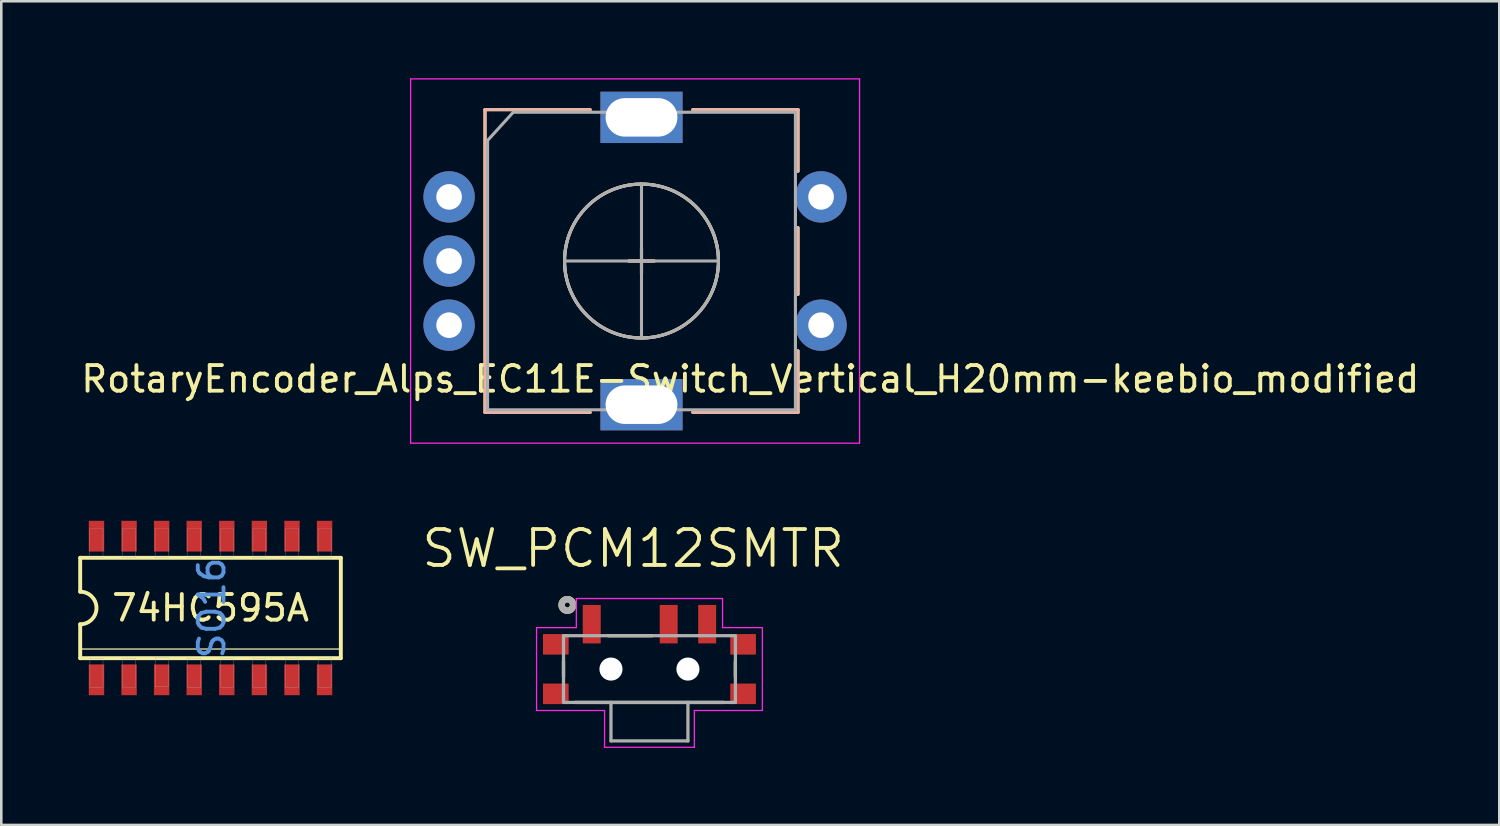
<source format=kicad_pcb>
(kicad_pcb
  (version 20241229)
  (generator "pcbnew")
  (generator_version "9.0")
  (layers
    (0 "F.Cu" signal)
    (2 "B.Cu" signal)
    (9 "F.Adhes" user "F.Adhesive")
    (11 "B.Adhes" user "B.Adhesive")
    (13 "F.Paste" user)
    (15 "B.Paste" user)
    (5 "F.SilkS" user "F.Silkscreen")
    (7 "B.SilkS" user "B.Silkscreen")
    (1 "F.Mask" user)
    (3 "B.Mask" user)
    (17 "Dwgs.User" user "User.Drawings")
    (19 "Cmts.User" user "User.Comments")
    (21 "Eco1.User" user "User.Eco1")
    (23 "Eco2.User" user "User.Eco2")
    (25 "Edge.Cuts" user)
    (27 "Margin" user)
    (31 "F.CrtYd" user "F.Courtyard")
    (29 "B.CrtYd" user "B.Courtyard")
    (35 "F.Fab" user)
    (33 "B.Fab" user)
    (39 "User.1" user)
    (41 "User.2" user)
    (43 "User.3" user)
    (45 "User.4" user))
  (footprint "RotaryEncoder_Alps_EC11E-Switch_Vertical_H20mm-keebio_modified"
    (layer "F.Cu")
    (at 21.956 7.125)
    (property "Reference" "RotaryEncoder_Alps_EC11E-Switch_Vertical_H20mm-keebio_modified" (at 4.24 4.6 0) (layer "F.SilkS") (effects (font (size 1 1) (thickness 0.15))))
    (attr through_hole)
    (fp_line (start -6.1 -5.9) (end -6.1 5.9) (stroke (width 0.12) (type solid)) (layer "F.SilkS"))
    (fp_line (start -2 -5.9) (end -6.1 -5.9) (stroke (width 0.12) (type solid)) (layer "F.SilkS"))
    (fp_line (start -2 5.9) (end -6.1 5.9) (stroke (width 0.12) (type solid)) (layer "F.SilkS"))
    (fp_line (start -0.5 0) (end 0.5 0) (stroke (width 0.12) (type solid)) (layer "F.SilkS"))
    (fp_line (start 0 -0.5) (end 0 0.5) (stroke (width 0.12) (type solid)) (layer "F.SilkS"))
    (fp_line (start 2 -5.9) (end 6.1 -5.9) (stroke (width 0.12) (type solid)) (layer "F.SilkS"))
    (fp_line (start 6.1 -5.9) (end 6.1 -3.5) (stroke (width 0.12) (type solid)) (layer "F.SilkS"))
    (fp_line (start 6.1 -1.3) (end 6.1 1.3) (stroke (width 0.12) (type solid)) (layer "F.SilkS"))
    (fp_line (start 6.1 3.5) (end 6.1 5.9) (stroke (width 0.12) (type solid)) (layer "F.SilkS"))
    (fp_line (start 6.1 5.9) (end 2 5.9) (stroke (width 0.12) (type solid)) (layer "F.SilkS"))
    (fp_circle (center 0 0) (end 3 0) (stroke (width 0.12) (type solid)) (fill no) (layer "F.SilkS"))
    (fp_line (start -6.1 -5.9) (end -6.1 5.9) (stroke (width 0.12) (type solid)) (layer "B.SilkS"))
    (fp_line (start -2 -5.9) (end -6.1 -5.9) (stroke (width 0.12) (type solid)) (layer "B.SilkS"))
    (fp_line (start -2 5.9) (end -6.1 5.9) (stroke (width 0.12) (type solid)) (layer "B.SilkS"))
    (fp_line (start -0.5 0) (end 0.5 0) (stroke (width 0.12) (type solid)) (layer "B.SilkS"))
    (fp_line (start 0 -0.5) (end 0 0.5) (stroke (width 0.12) (type solid)) (layer "B.SilkS"))
    (fp_line (start 2 -5.9) (end 6.1 -5.9) (stroke (width 0.12) (type solid)) (layer "B.SilkS"))
    (fp_line (start 6.1 -5.9) (end 6.1 -3.5) (stroke (width 0.12) (type solid)) (layer "B.SilkS"))
    (fp_line (start 6.1 -1.3) (end 6.1 1.3) (stroke (width 0.12) (type solid)) (layer "B.SilkS"))
    (fp_line (start 6.1 3.5) (end 6.1 5.9) (stroke (width 0.12) (type solid)) (layer "B.SilkS"))
    (fp_line (start 6.1 5.9) (end 2 5.9) (stroke (width 0.12) (type solid)) (layer "B.SilkS"))
    (fp_circle (center 0 0) (end 3 0) (stroke (width 0.12) (type solid)) (fill no) (layer "B.SilkS"))
    (fp_line (start -9 -7.1) (end -9 7.1) (stroke (width 0.05) (type solid)) (layer "F.CrtYd"))
    (fp_line (start -9 -7.1) (end 8.5 -7.1) (stroke (width 0.05) (type solid)) (layer "F.CrtYd"))
    (fp_line (start 8.5 7.1) (end -9 7.1) (stroke (width 0.05) (type solid)) (layer "F.CrtYd"))
    (fp_line (start 8.5 7.1) (end 8.5 -7.1) (stroke (width 0.05) (type solid)) (layer "F.CrtYd"))
    (fp_line (start -6 -4.7) (end -5 -5.8) (stroke (width 0.12) (type solid)) (layer "F.Fab"))
    (fp_line (start -6 5.8) (end -6 -4.7) (stroke (width 0.12) (type solid)) (layer "F.Fab"))
    (fp_line (start -5 -5.8) (end 6 -5.8) (stroke (width 0.12) (type solid)) (layer "F.Fab"))
    (fp_line (start -3 0) (end 3 0) (stroke (width 0.12) (type solid)) (layer "F.Fab"))
    (fp_line (start 0 -3) (end 0 3) (stroke (width 0.12) (type solid)) (layer "F.Fab"))
    (fp_line (start 6 -5.8) (end 6 5.8) (stroke (width 0.12) (type solid)) (layer "F.Fab"))
    (fp_line (start 6 5.8) (end -6 5.8) (stroke (width 0.12) (type solid)) (layer "F.Fab"))
    (fp_circle (center 0 0) (end 3 0) (stroke (width 0.12) (type solid)) (fill no) (layer "F.Fab"))
    (pad "A" thru_hole circle (at -7.5 -2.5) (size 2 2) (drill 1) (layers "*.Cu" "*.Mask"))
    (pad "B" thru_hole circle (at -7.5 2.5) (size 2 2) (drill 1) (layers "*.Cu" "*.Mask"))
    (pad "C" thru_hole circle (at -7.5 0) (size 2 2) (drill 1) (layers "*.Cu" "*.Mask"))
    (pad "MP" thru_hole rect (at 0 -5.6) (size 3.2 2) (drill oval 2.8 1.5) (layers "*.Cu" "*.Mask"))
    (pad "MP" thru_hole rect (at 0 5.6) (size 3.2 2) (drill oval 2.8 1.5) (layers "*.Cu" "*.Mask"))
    (pad "S1" thru_hole circle (at 7 2.5) (size 2 2) (drill 1) (layers "*.Cu" "*.Mask"))
    (pad "S2" thru_hole circle (at 7 -2.5) (size 2 2) (drill 1) (layers "*.Cu" "*.Mask")))
  (footprint "SO16"
    (layer "F.Cu")
    (at 5.156 20.65)
    (property "Reference" "SO16" (at 0.05 0 270) (layer "Cmts.User") (effects (font (size 1.002 1.002) (thickness 0.15))))
    (attr smd)
    (fp_line (start -5.08 -0.635) (end -5.08 -1.956) (stroke (width 0.152) (type solid)) (layer "F.SilkS"))
    (fp_line (start -5.08 1.6) (end 5.08 1.6) (stroke (width 0.051) (type solid)) (layer "F.SilkS"))
    (fp_line (start -5.08 1.956) (end -5.08 0.635) (stroke (width 0.152) (type solid)) (layer "F.SilkS"))
    (fp_line (start -5.08 1.956) (end 5.08 1.956) (stroke (width 0.152) (type solid)) (layer "F.SilkS"))
    (fp_line (start 5.08 -1.956) (end -5.08 -1.956) (stroke (width 0.152) (type solid)) (layer "F.SilkS"))
    (fp_line (start 5.08 1.956) (end 5.08 -1.956) (stroke (width 0.152) (type solid)) (layer "F.SilkS"))
    (fp_arc (start -5.08 -0.635) (mid -4.445 0) (end -5.08 0.635) (stroke (width 0.1524) (type solid)) (layer "F.SilkS"))
    (fp_poly (pts (xy -4.703 -3.099) (xy -4.191 -3.099) (xy -4.191 -1.958) (xy -4.703 -1.958)) (stroke (width 0.01) (type solid)) (fill no) (layer "F.Fab"))
    (fp_poly (pts (xy -4.7 1.956) (xy -4.191 1.956) (xy -4.191 3.1) (xy -4.7 3.1)) (stroke (width 0.01) (type solid)) (fill no) (layer "F.Fab"))
    (fp_poly (pts (xy -3.431 -3.099) (xy -2.921 -3.099) (xy -2.921 -1.957) (xy -3.431 -1.957)) (stroke (width 0.01) (type solid)) (fill no) (layer "F.Fab"))
    (fp_poly (pts (xy -3.429 1.956) (xy -2.921 1.956) (xy -2.921 3.099) (xy -3.429 3.099)) (stroke (width 0.01) (type solid)) (fill no) (layer "F.Fab"))
    (fp_poly (pts (xy -2.16 -3.099) (xy -1.651 -3.099) (xy -1.651 -1.957) (xy -2.16 -1.957)) (stroke (width 0.01) (type solid)) (fill no) (layer "F.Fab"))
    (fp_poly (pts (xy -2.159 1.93) (xy -1.651 1.93) (xy -1.651 3.074) (xy -2.159 3.074)) (stroke (width 0.01) (type solid)) (fill no) (layer "F.Fab"))
    (fp_poly (pts (xy -0.891 1.956) (xy -0.381 1.956) (xy -0.381 3.105) (xy -0.891 3.105)) (stroke (width 0.01) (type solid)) (fill no) (layer "F.Fab"))
    (fp_poly (pts (xy -0.89 -3.099) (xy -0.381 -3.099) (xy -0.381 -1.959) (xy -0.89 -1.959)) (stroke (width 0.01) (type solid)) (fill no) (layer "F.Fab"))
    (fp_poly (pts (xy 0.381 -3.099) (xy 0.889 -3.099) (xy 0.889 -1.956) (xy 0.381 -1.956)) (stroke (width 0.01) (type solid)) (fill no) (layer "F.Fab"))
    (fp_poly (pts (xy 0.381 1.956) (xy 0.889 1.956) (xy 0.889 3.1) (xy 0.381 3.1)) (stroke (width 0.01) (type solid)) (fill no) (layer "F.Fab"))
    (fp_poly (pts (xy 1.652 1.956) (xy 2.159 1.956) (xy 2.159 3.101) (xy 1.652 3.101)) (stroke (width 0.01) (type solid)) (fill no) (layer "F.Fab"))
    (fp_poly (pts (xy 1.654 -3.099) (xy 2.159 -3.099) (xy 2.159 -1.959) (xy 1.654 -1.959)) (stroke (width 0.01) (type solid)) (fill no) (layer "F.Fab"))
    (fp_poly (pts (xy 2.922 1.956) (xy 3.429 1.956) (xy 3.429 3.1) (xy 2.922 3.1)) (stroke (width 0.01) (type solid)) (fill no) (layer "F.Fab"))
    (fp_poly (pts (xy 2.927 -3.099) (xy 3.429 -3.099) (xy 3.429 -1.96) (xy 2.927 -1.96)) (stroke (width 0.01) (type solid)) (fill no) (layer "F.Fab"))
    (fp_poly (pts (xy 4.193 -3.099) (xy 4.699 -3.099) (xy 4.699 -1.957) (xy 4.193 -1.957)) (stroke (width 0.01) (type solid)) (fill no) (layer "F.Fab"))
    (fp_poly (pts (xy 4.193 1.956) (xy 4.699 1.956) (xy 4.699 3.1) (xy 4.193 3.1)) (stroke (width 0.01) (type solid)) (fill no) (layer "F.Fab"))
    (fp_text user "74HC595A" (at 0 0 0) (unlocked yes) (layer "F.SilkS") (effects (font (size 1 1) (thickness 0.15))))
    (pad "1" smd rect (at -4.445 2.8) (size 0.6 1.2) (layers "F.Cu" "F.Mask" "F.Paste"))
    (pad "2" smd rect (at -3.175 2.8) (size 0.6 1.2) (layers "F.Cu" "F.Mask" "F.Paste"))
    (pad "3" smd rect (at -1.905 2.8) (size 0.6 1.2) (layers "F.Cu" "F.Mask" "F.Paste"))
    (pad "4" smd rect (at -0.635 2.8) (size 0.6 1.2) (layers "F.Cu" "F.Mask" "F.Paste"))
    (pad "5" smd rect (at 0.635 2.8) (size 0.6 1.2) (layers "F.Cu" "F.Mask" "F.Paste"))
    (pad "6" smd rect (at 1.905 2.8) (size 0.6 1.2) (layers "F.Cu" "F.Mask" "F.Paste"))
    (pad "7" smd rect (at 3.175 2.8) (size 0.6 1.2) (layers "F.Cu" "F.Mask" "F.Paste"))
    (pad "8" smd rect (at 4.445 2.8) (size 0.6 1.2) (layers "F.Cu" "F.Mask" "F.Paste"))
    (pad "9" smd rect (at 4.445 -2.8) (size 0.6 1.2) (layers "F.Cu" "F.Mask" "F.Paste"))
    (pad "10" smd rect (at 3.175 -2.8) (size 0.6 1.2) (layers "F.Cu" "F.Mask" "F.Paste"))
    (pad "11" smd rect (at 1.905 -2.8) (size 0.6 1.2) (layers "F.Cu" "F.Mask" "F.Paste"))
    (pad "12" smd rect (at 0.635 -2.8) (size 0.6 1.2) (layers "F.Cu" "F.Mask" "F.Paste"))
    (pad "13" smd rect (at -0.635 -2.8) (size 0.6 1.2) (layers "F.Cu" "F.Mask" "F.Paste"))
    (pad "14" smd rect (at -1.905 -2.8) (size 0.6 1.2) (layers "F.Cu" "F.Mask" "F.Paste"))
    (pad "15" smd rect (at -3.175 -2.8) (size 0.6 1.2) (layers "F.Cu" "F.Mask" "F.Paste"))
    (pad "16" smd rect (at -4.445 -2.8) (size 0.6 1.2) (layers "F.Cu" "F.Mask" "F.Paste")))
  (footprint "SW_PCM12SMTR"
    (layer "F.Cu")
    (at 22.266 23.031)
    (property "Reference" "SW_PCM12SMTR" (at -0.635 -4.699 0) (layer "F.SilkS") (effects (font (size 1.4 1.4) (thickness 0.15))))
    (attr smd)
    (fp_line (start -3.35 0.3) (end -3.35 -0.3) (stroke (width 0.127) (type solid)) (layer "F.SilkS"))
    (fp_line (start -2.9 1.3) (end 2.9 1.3) (stroke (width 0.127) (type solid)) (layer "F.SilkS"))
    (fp_line (start -1.6 -1.3) (end 0.1 -1.3) (stroke (width 0.127) (type solid)) (layer "F.SilkS"))
    (fp_line (start 3.35 -0.3) (end 3.35 0.3) (stroke (width 0.127) (type solid)) (layer "F.SilkS"))
    (fp_circle (center -3.2 -2.5) (end -3.1 -2.5) (stroke (width 0.25) (type solid)) (fill no) (layer "F.SilkS"))
    (fp_line (start -4.4 -1.615) (end -2.85 -1.615) (stroke (width 0.05) (type solid)) (layer "F.CrtYd"))
    (fp_line (start -4.4 1.615) (end -4.4 -1.615) (stroke (width 0.05) (type solid)) (layer "F.CrtYd"))
    (fp_line (start -2.85 -2.75) (end 2.85 -2.75) (stroke (width 0.05) (type solid)) (layer "F.CrtYd"))
    (fp_line (start -2.85 -1.615) (end -2.85 -2.75) (stroke (width 0.05) (type solid)) (layer "F.CrtYd"))
    (fp_line (start -1.75 1.615) (end -4.4 1.615) (stroke (width 0.05) (type solid)) (layer "F.CrtYd"))
    (fp_line (start -1.75 3.05) (end -1.75 1.615) (stroke (width 0.05) (type solid)) (layer "F.CrtYd"))
    (fp_line (start 1.75 1.615) (end 1.75 3.05) (stroke (width 0.05) (type solid)) (layer "F.CrtYd"))
    (fp_line (start 1.75 3.05) (end -1.75 3.05) (stroke (width 0.05) (type solid)) (layer "F.CrtYd"))
    (fp_line (start 2.85 -2.75) (end 2.85 -1.615) (stroke (width 0.05) (type solid)) (layer "F.CrtYd"))
    (fp_line (start 2.85 -1.615) (end 4.4 -1.615) (stroke (width 0.05) (type solid)) (layer "F.CrtYd"))
    (fp_line (start 4.4 -1.615) (end 4.4 1.615) (stroke (width 0.05) (type solid)) (layer "F.CrtYd"))
    (fp_line (start 4.4 1.615) (end 1.75 1.615) (stroke (width 0.05) (type solid)) (layer "F.CrtYd"))
    (fp_line (start -3.35 -1.3) (end 3.35 -1.3) (stroke (width 0.127) (type solid)) (layer "F.Fab"))
    (fp_line (start -3.35 1.3) (end -3.35 -1.3) (stroke (width 0.127) (type solid)) (layer "F.Fab"))
    (fp_line (start -1.5 1.3) (end -3.35 1.3) (stroke (width 0.127) (type solid)) (layer "F.Fab"))
    (fp_line (start -1.5 1.3) (end -1.5 2.8) (stroke (width 0.127) (type solid)) (layer "F.Fab"))
    (fp_line (start -1.5 2.8) (end 1.5 2.8) (stroke (width 0.127) (type solid)) (layer "F.Fab"))
    (fp_line (start 1.5 1.3) (end -1.5 1.3) (stroke (width 0.127) (type solid)) (layer "F.Fab"))
    (fp_line (start 1.5 2.8) (end 1.5 1.3) (stroke (width 0.127) (type solid)) (layer "F.Fab"))
    (fp_line (start 3.35 -1.3) (end 3.35 1.3) (stroke (width 0.127) (type solid)) (layer "F.Fab"))
    (fp_line (start 3.35 1.3) (end 1.5 1.3) (stroke (width 0.127) (type solid)) (layer "F.Fab"))
    (fp_circle (center -3.2 -2.5) (end -3.1 -2.5) (stroke (width 0.25) (type solid)) (fill no) (layer "F.Fab"))
    (pad "" np_thru_hole circle (at -1.5 0) (size 0.9 0.9) (drill 0.9) (layers "*.Cu" "*.Mask"))
    (pad "" np_thru_hole circle (at 1.5 0) (size 0.9 0.9) (drill 0.9) (layers "*.Cu" "*.Mask"))
    (pad "COM" smd rect (at 0.75 -1.75) (size 0.7 1.5) (layers "F.Cu" "F.Mask" "F.Paste"))
    (pad "GND" smd rect (at -3.65 -0.965) (size 1 0.8) (layers "F.Cu" "F.Mask" "F.Paste"))
    (pad "GND" smd rect (at -3.65 0.965) (size 1 0.8) (layers "F.Cu" "F.Mask" "F.Paste"))
    (pad "GND" smd rect (at 3.65 -0.965) (size 1 0.8) (layers "F.Cu" "F.Mask" "F.Paste"))
    (pad "GND" smd rect (at 3.65 0.965) (size 1 0.8) (layers "F.Cu" "F.Mask" "F.Paste"))
    (pad "L1" smd rect (at 2.25 -1.75) (size 0.7 1.5) (layers "F.Cu" "F.Mask" "F.Paste"))
    (pad "L2" smd rect (at -2.25 -1.75) (size 0.7 1.5) (layers "F.Cu" "F.Mask" "F.Paste")))
  (gr_rect
    (start -3 -3)
    (end 55.393 29.106)
    (stroke (width 0.1) (type default))
    (fill no)
    (layer "Edge.Cuts")))
</source>
